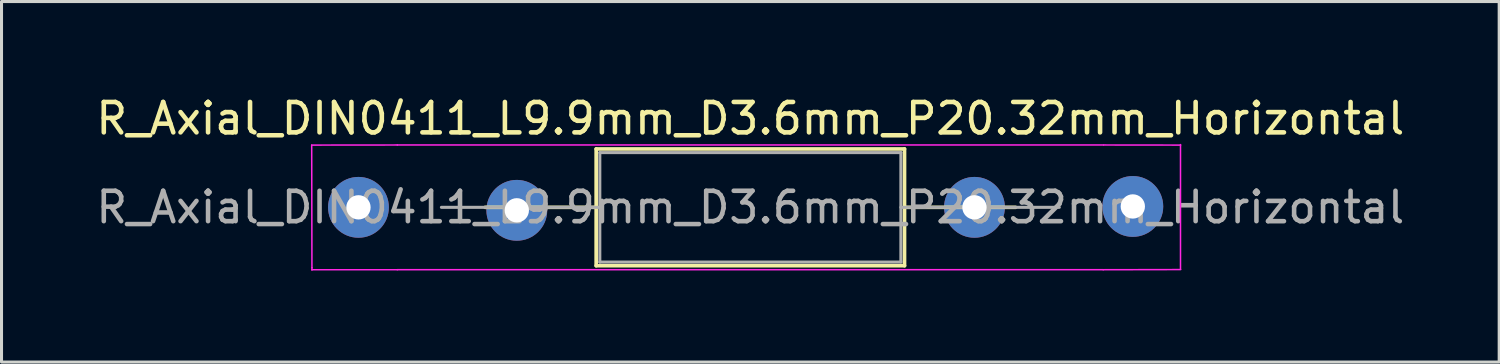
<source format=kicad_pcb>
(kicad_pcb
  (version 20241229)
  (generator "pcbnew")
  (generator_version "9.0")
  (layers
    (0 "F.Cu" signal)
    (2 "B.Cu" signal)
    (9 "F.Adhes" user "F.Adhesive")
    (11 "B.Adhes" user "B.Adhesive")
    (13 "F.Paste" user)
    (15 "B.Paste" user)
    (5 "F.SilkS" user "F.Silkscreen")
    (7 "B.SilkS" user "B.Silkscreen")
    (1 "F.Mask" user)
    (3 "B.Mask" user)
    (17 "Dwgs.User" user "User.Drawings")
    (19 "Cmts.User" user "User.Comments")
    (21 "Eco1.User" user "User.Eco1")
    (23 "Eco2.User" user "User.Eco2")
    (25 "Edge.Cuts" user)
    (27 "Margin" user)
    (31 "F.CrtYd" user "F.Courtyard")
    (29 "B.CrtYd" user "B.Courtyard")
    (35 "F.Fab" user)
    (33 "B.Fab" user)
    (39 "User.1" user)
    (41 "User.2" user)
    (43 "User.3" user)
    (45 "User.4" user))
  (footprint "R_Axial_DIN0411_L9.9mm_D3.6mm_P20.32mm_Horizontal"
    (layer "F.Cu")
    (at 11.465 3.768)
    (property "Reference" "R_Axial_DIN0411_L9.9mm_D3.6mm_P20.32mm_Horizontal" (at 10.16 -2.92 0) (layer "F.SilkS") (effects (font (size 1 1) (thickness 0.15))))
    (attr through_hole)
    (fp_line (start 1.44 0) (end 5.09 0) (stroke (width 0.12) (type solid)) (layer "F.SilkS"))
    (fp_line (start 5.09 -1.92) (end 5.09 1.92) (stroke (width 0.12) (type solid)) (layer "F.SilkS"))
    (fp_line (start 5.09 1.92) (end 15.23 1.92) (stroke (width 0.12) (type solid)) (layer "F.SilkS"))
    (fp_line (start 15.23 -1.92) (end 5.09 -1.92) (stroke (width 0.12) (type solid)) (layer "F.SilkS"))
    (fp_line (start 15.23 1.92) (end 15.23 -1.92) (stroke (width 0.12) (type solid)) (layer "F.SilkS"))
    (fp_line (start 18.88 0) (end 15.23 0) (stroke (width 0.12) (type solid)) (layer "F.SilkS"))
    (fp_line (start -4.265 -2.047) (end -4.257 1.986) (stroke (width 0.05) (type solid)) (layer "F.CrtYd"))
    (fp_line (start -4.257 1.986) (end -4.257 2.062) (stroke (width 0.05) (type solid)) (layer "F.CrtYd"))
    (fp_line (start -1.45 -2.05) (end -4.265 -2.047) (stroke (width 0.05) (type solid)) (layer "F.CrtYd"))
    (fp_line (start -1.45 2.05) (end 21.77 2.05) (stroke (width 0.05) (type solid)) (layer "F.CrtYd"))
    (fp_line (start -1.448 2.052) (end -4.257 2.052) (stroke (width 0.05) (type solid)) (layer "F.CrtYd"))
    (fp_line (start 21.763 2.052) (end 24.31 2.047) (stroke (width 0.05) (type solid)) (layer "F.CrtYd"))
    (fp_line (start 21.77 -2.05) (end -1.45 -2.05) (stroke (width 0.05) (type solid)) (layer "F.CrtYd"))
    (fp_line (start 21.783 -2.05) (end 24.308 -2.047) (stroke (width 0.05) (type solid)) (layer "F.CrtYd"))
    (fp_line (start 24.305 2.037) (end 24.305 -2.063) (stroke (width 0.05) (type solid)) (layer "F.CrtYd"))
    (fp_line (start 0 0) (end 5.21 0) (stroke (width 0.1) (type solid)) (layer "F.Fab"))
    (fp_line (start 5.21 -1.8) (end 5.21 1.8) (stroke (width 0.1) (type solid)) (layer "F.Fab"))
    (fp_line (start 5.21 1.8) (end 15.11 1.8) (stroke (width 0.1) (type solid)) (layer "F.Fab"))
    (fp_line (start 15.11 -1.8) (end 5.21 -1.8) (stroke (width 0.1) (type solid)) (layer "F.Fab"))
    (fp_line (start 15.11 1.8) (end 15.11 -1.8) (stroke (width 0.1) (type solid)) (layer "F.Fab"))
    (fp_line (start 20.32 0) (end 15.11 0) (stroke (width 0.1) (type solid)) (layer "F.Fab"))
    (fp_text user "${REFERENCE}" (at 10.16 0 0) (layer "F.Fab") (effects (font (size 1 1) (thickness 0.15))))
    (pad "1" thru_hole circle (at -2.727 0 90) (size 2 2) (drill 0.8) (layers "*.Cu" "*.Mask"))
    (pad "1" thru_hole circle (at 2.48 0.098 90) (size 2 2) (drill 0.8) (layers "*.Cu" "*.Mask"))
    (pad "2" thru_hole circle (at 17.53 0 90) (size 2 2) (drill 0.8) (layers "*.Cu" "*.Mask"))
    (pad "2" thru_hole circle (at 22.737 -0.029 90) (size 2 2) (drill 0.8) (layers "*.Cu" "*.Mask")))
  (gr_rect
    (start -3 -3)
    (end 46.25 8.856)
    (stroke (width 0.1) (type default))
    (fill no)
    (layer "Edge.Cuts")))
</source>
